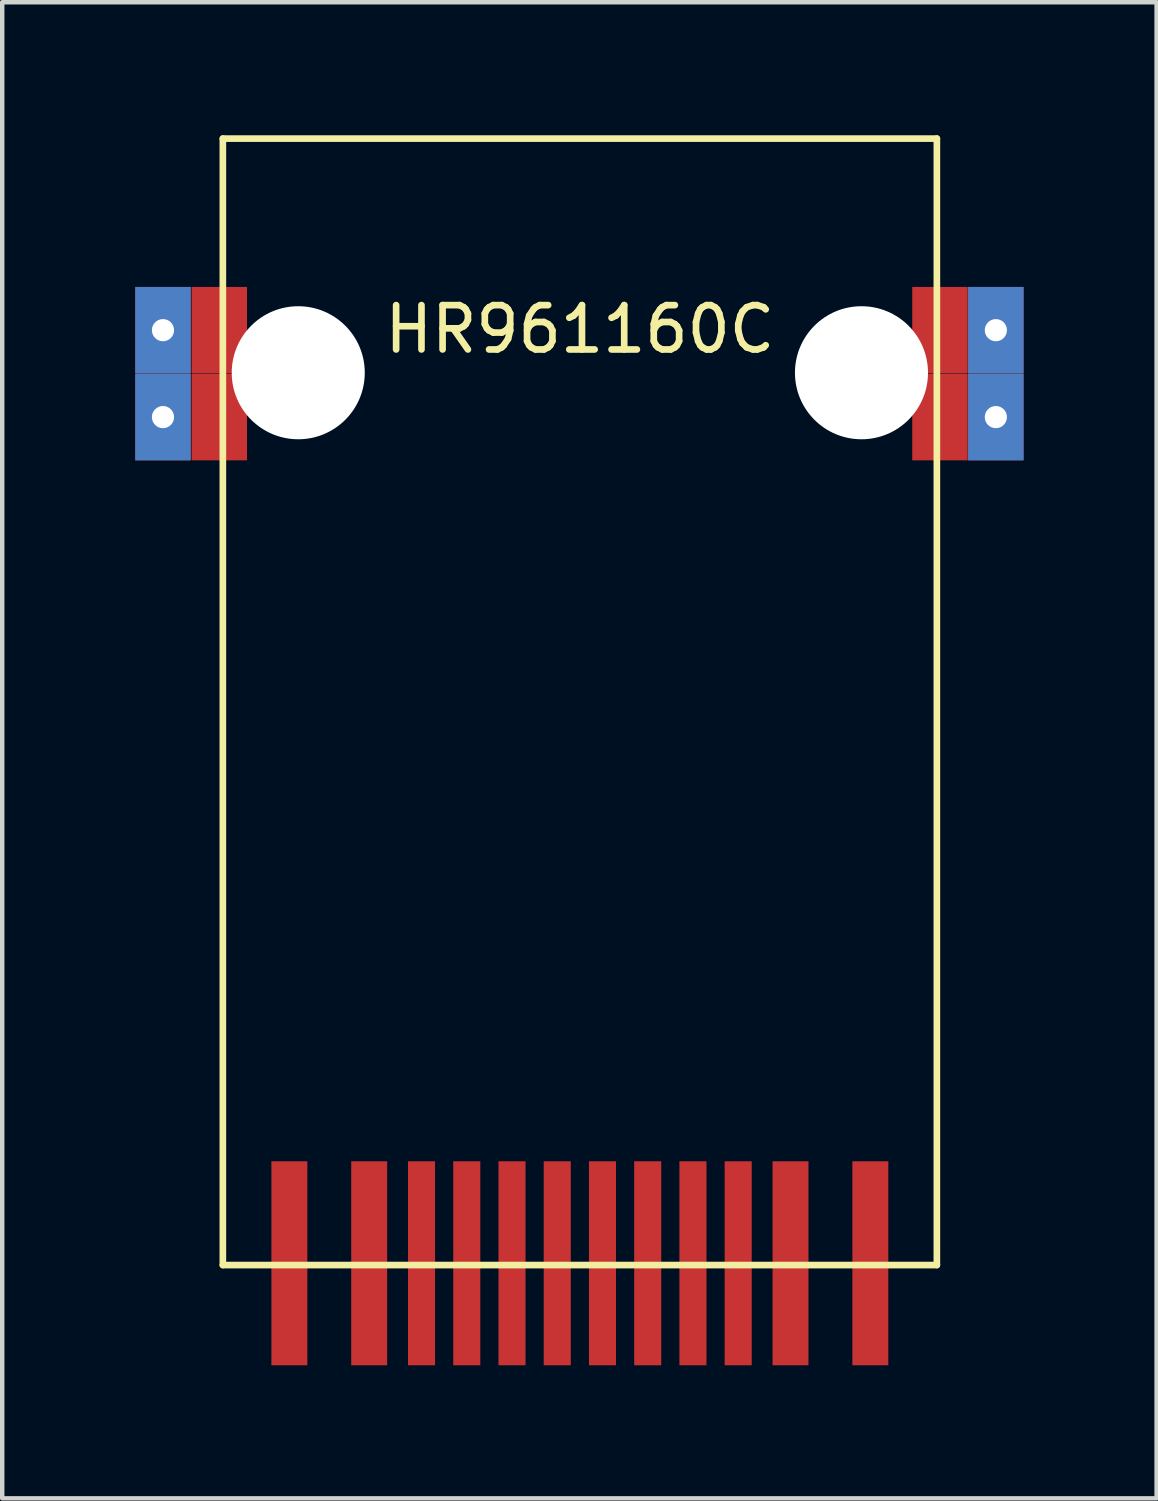
<source format=kicad_pcb>
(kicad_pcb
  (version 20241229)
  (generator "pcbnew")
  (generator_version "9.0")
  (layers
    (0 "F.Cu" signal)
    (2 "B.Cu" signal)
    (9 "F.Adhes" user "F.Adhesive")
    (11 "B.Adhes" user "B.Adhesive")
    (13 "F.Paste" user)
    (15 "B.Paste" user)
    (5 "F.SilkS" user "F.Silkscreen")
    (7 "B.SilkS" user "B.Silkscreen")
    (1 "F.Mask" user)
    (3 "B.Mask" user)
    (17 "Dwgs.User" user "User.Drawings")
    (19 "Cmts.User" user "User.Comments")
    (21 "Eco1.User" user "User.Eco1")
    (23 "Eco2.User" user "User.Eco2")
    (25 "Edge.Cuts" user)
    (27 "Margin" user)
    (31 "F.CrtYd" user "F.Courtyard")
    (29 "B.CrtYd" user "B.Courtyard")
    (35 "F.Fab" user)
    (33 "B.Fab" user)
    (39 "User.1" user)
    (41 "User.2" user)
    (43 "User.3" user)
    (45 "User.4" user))
  (footprint "HR961160C"
    (layer "F.Cu")
    (at 10.025 12.775)
    (property "Reference" "HR961160C" (at 0 -8.4 0) (layer "F.SilkS") (effects (font (size 1 1) (thickness 0.15))))
    (attr smd)
    (fp_line (start -8.05 -12.7) (end -8.05 12.7) (stroke (width 0.15) (type solid)) (layer "F.SilkS"))
    (fp_line (start -8.05 -12.7) (end 8.05 -12.7) (stroke (width 0.15) (type solid)) (layer "F.SilkS"))
    (fp_line (start -8.05 12.7) (end 8.05 12.7) (stroke (width 0.15) (type solid)) (layer "F.SilkS"))
    (fp_line (start 8.05 -12.7) (end 8.05 12.7) (stroke (width 0.15) (type solid)) (layer "F.SilkS"))
    (pad "" thru_hole rect (at -9.4 -8.38) (size 1.25 1.95) (drill 0.5) (layers "*.Cu" "*.Mask"))
    (pad "" thru_hole rect (at -9.4 -6.42) (size 1.25 1.95) (drill 0.5) (layers "*.Cu" "*.Mask"))
    (pad "" smd rect (at -8.13 -8.38) (size 1.25 1.95) (layers "F.Cu" "F.Mask" "F.Paste"))
    (pad "" smd rect (at -8.13 -6.42) (size 1.25 1.95) (layers "F.Cu" "F.Mask" "F.Paste"))
    (pad "" np_thru_hole circle (at -6.35 -7.42) (size 3 3) (drill 3) (layers "*.Cu" "*.Mask"))
    (pad "" np_thru_hole circle (at 6.35 -7.42) (size 3 3) (drill 3) (layers "*.Cu" "*.Mask"))
    (pad "" smd rect (at 8.12 -8.38) (size 1.25 1.95) (layers "F.Cu" "F.Mask" "F.Paste"))
    (pad "" smd rect (at 8.12 -6.42) (size 1.25 1.95) (layers "F.Cu" "F.Mask" "F.Paste"))
    (pad "" thru_hole rect (at 9.38 -8.38) (size 1.25 1.95) (drill 0.5) (layers "*.Cu" "*.Mask"))
    (pad "" thru_hole rect (at 9.38 -6.42) (size 1.25 1.95) (drill 0.5) (layers "*.Cu" "*.Mask"))
    (pad "1" smd rect (at -6.55 12.66) (size 0.81 4.6) (layers "F.Cu" "F.Mask" "F.Paste"))
    (pad "2" smd rect (at -4.75 12.66) (size 0.81 4.6) (layers "F.Cu" "F.Mask" "F.Paste"))
    (pad "3" smd rect (at -3.57 12.66) (size 0.61 4.6) (layers "F.Cu" "F.Mask" "F.Paste"))
    (pad "4" smd rect (at -2.55 12.66) (size 0.61 4.6) (layers "F.Cu" "F.Mask" "F.Paste"))
    (pad "5" smd rect (at -1.53 12.66) (size 0.61 4.6) (layers "F.Cu" "F.Mask" "F.Paste"))
    (pad "6" smd rect (at -0.51 12.66) (size 0.61 4.6) (layers "F.Cu" "F.Mask" "F.Paste"))
    (pad "7" smd rect (at 0.51 12.66) (size 0.61 4.6) (layers "F.Cu" "F.Mask" "F.Paste"))
    (pad "8" smd rect (at 1.53 12.66) (size 0.61 4.6) (layers "F.Cu" "F.Mask" "F.Paste"))
    (pad "9" smd rect (at 2.55 12.66) (size 0.61 4.6) (layers "F.Cu" "F.Mask" "F.Paste"))
    (pad "10" smd rect (at 3.57 12.66) (size 0.61 4.6) (layers "F.Cu" "F.Mask" "F.Paste"))
    (pad "11" smd rect (at 4.75 12.66) (size 0.81 4.6) (layers "F.Cu" "F.Mask" "F.Paste"))
    (pad "12" smd rect (at 6.55 12.66) (size 0.81 4.6) (layers "F.Cu" "F.Mask" "F.Paste")))
  (gr_rect
    (start -3 -3)
    (end 23.03 30.735)
    (stroke (width 0.1) (type default))
    (fill no)
    (layer "Edge.Cuts")))
</source>
